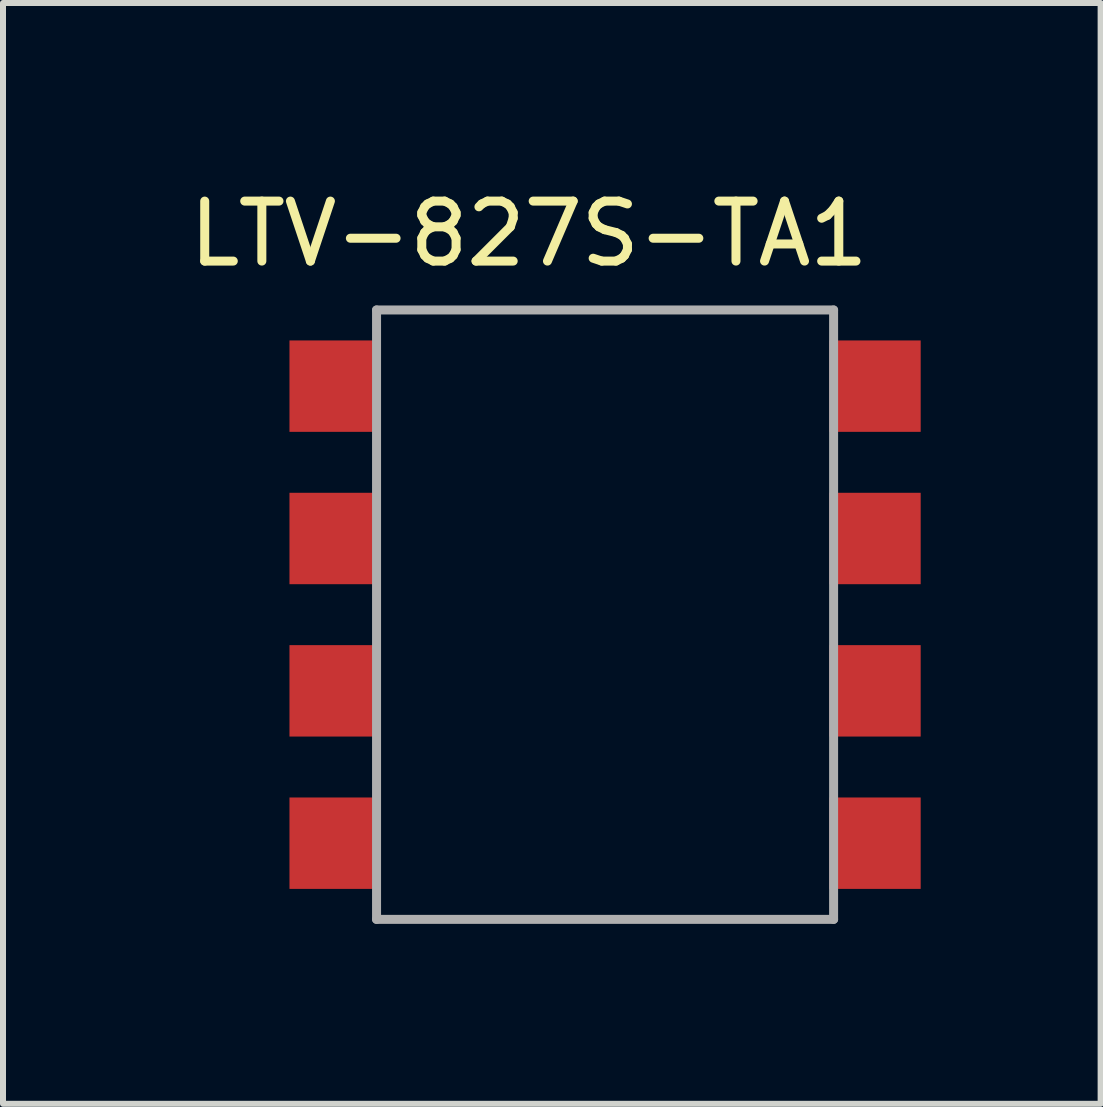
<source format=kicad_pcb>
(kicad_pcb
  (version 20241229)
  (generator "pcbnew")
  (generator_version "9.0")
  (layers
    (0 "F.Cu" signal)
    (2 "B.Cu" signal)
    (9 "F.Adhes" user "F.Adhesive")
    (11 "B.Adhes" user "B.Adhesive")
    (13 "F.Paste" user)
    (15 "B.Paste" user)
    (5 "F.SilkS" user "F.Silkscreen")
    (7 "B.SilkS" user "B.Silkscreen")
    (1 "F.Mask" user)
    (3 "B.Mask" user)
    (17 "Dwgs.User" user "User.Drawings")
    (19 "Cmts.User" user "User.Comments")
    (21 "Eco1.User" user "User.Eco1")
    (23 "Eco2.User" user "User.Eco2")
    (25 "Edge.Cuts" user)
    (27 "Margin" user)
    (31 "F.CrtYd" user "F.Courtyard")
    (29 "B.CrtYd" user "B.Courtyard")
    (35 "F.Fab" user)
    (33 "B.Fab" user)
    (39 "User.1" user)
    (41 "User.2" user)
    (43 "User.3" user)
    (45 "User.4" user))
  (footprint "LTV-827S-TA1"
    (layer "F.Cu")
    (at 7.038 7.198)
    (property "Reference" "LTV-827S-TA1" (at -1.27 -6.35 0) (layer "F.SilkS") (effects (font (size 1 1) (thickness 0.15))))
    (attr through_hole)
    (fp_line (start -3.81 -5.08) (end 3.81 -5.08) (stroke (width 0.15) (type solid)) (layer "F.Fab"))
    (fp_line (start -3.81 5.08) (end -3.81 -5.08) (stroke (width 0.15) (type solid)) (layer "F.Fab"))
    (fp_line (start 3.81 -5.08) (end 3.81 5.08) (stroke (width 0.15) (type solid)) (layer "F.Fab"))
    (fp_line (start 3.81 5.08) (end -3.81 5.08) (stroke (width 0.15) (type solid)) (layer "F.Fab"))
    (pad "1" smd rect (at -4.5 -3.81) (size 1.524 1.524) (layers "F.Cu" "F.Mask" "F.Paste"))
    (pad "2" smd rect (at -4.5 -1.27) (size 1.524 1.524) (layers "F.Cu" "F.Mask" "F.Paste"))
    (pad "3" smd rect (at -4.5 1.27) (size 1.524 1.524) (layers "F.Cu" "F.Mask" "F.Paste"))
    (pad "4" smd rect (at -4.5 3.81) (size 1.524 1.524) (layers "F.Cu" "F.Mask" "F.Paste"))
    (pad "5" smd rect (at 4.5 3.81) (size 1.524 1.524) (layers "F.Cu" "F.Mask" "F.Paste"))
    (pad "6" smd rect (at 4.5 1.27) (size 1.524 1.524) (layers "F.Cu" "F.Mask" "F.Paste"))
    (pad "7" smd rect (at 4.5 -1.27) (size 1.524 1.524) (layers "F.Cu" "F.Mask" "F.Paste"))
    (pad "8" smd rect (at 4.5 -3.81) (size 1.524 1.524) (layers "F.Cu" "F.Mask" "F.Paste")))
  (gr_rect
    (start -3 -3)
    (end 15.3 15.353)
    (stroke (width 0.1) (type default))
    (fill no)
    (layer "Edge.Cuts")))
</source>
